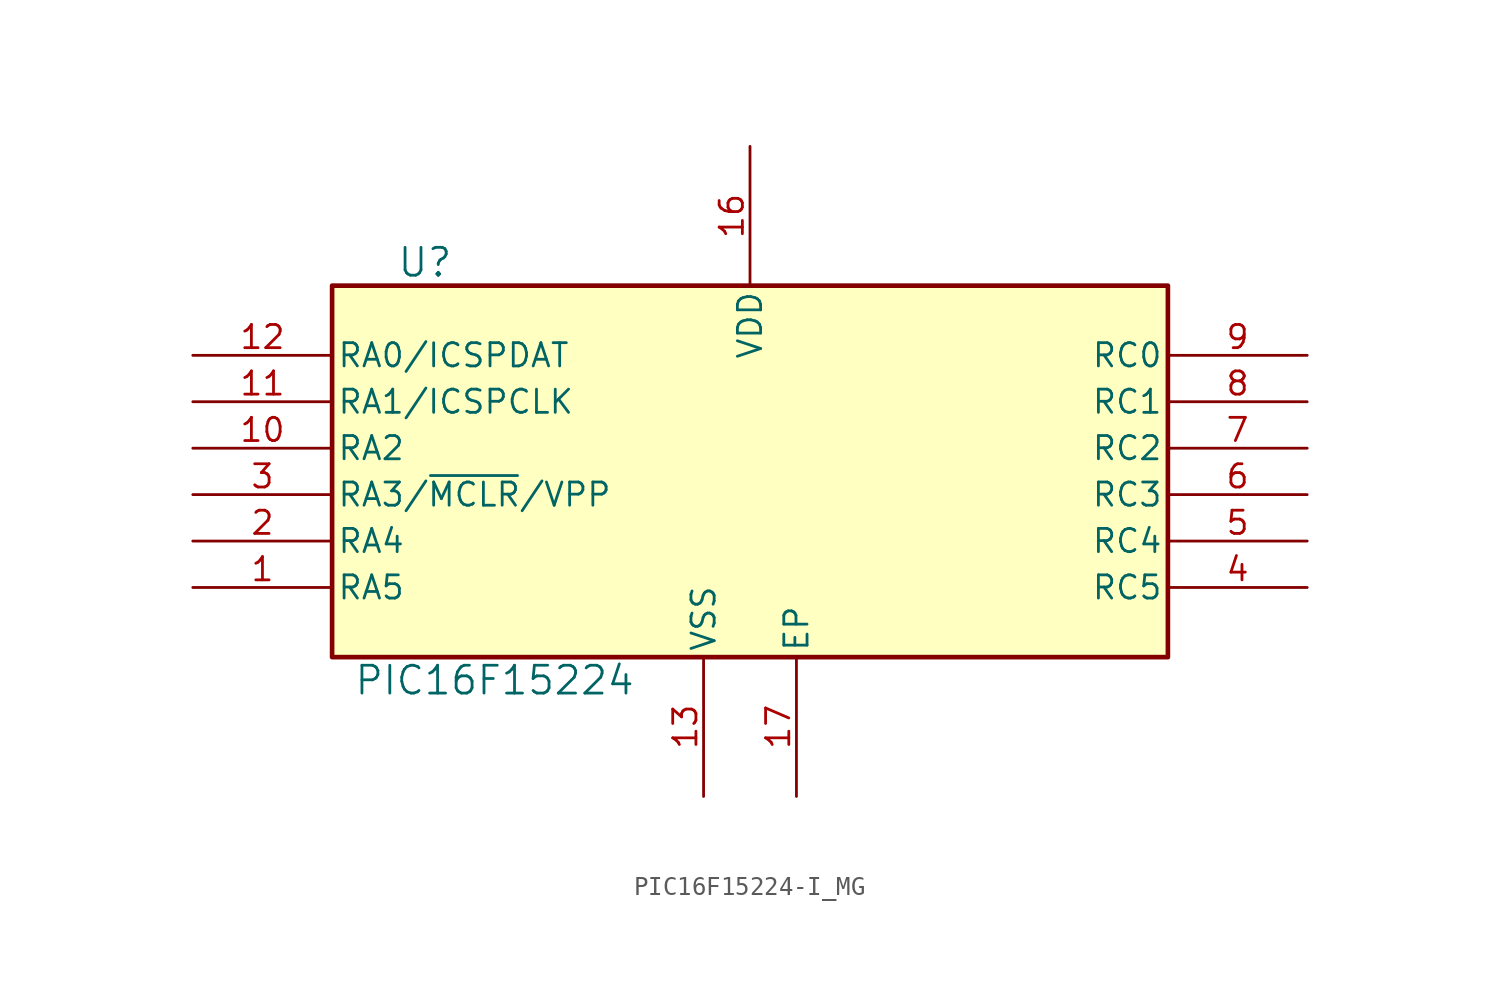
<source format=kicad_sym>
(kicad_symbol_lib
  (version 20220914)
  (generator kicad_symbol_editor)
  (symbol "PIC16F15224-I_MG"
    (pin_names
      (offset 0.254))
    (property "Reference" "U"
      (at 12.7 6.35 0)
      (effects (font (size 1.524 1.524))))
    (property "Value" "PIC16F15224"
      (at 16.51 -16.51 0)
      (effects (font (size 1.524 1.524))))
    (symbol "PIC16F15224-I_MG_0_1"
      (rectangle (start 7.62 5.08) (end 53.34 -15.24) (stroke (width 0.254) (type default)) (fill (type background)))
      (pin bidirectional line (at 0 -11.43 0) (length 7.62) (name "RA5" (effects (font (size 1.27 1.27)))) (number "1" (effects (font (size 1.27 1.27)))))
      (pin bidirectional line (at 0 -3.81 0) (length 7.62) (name "RA2" (effects (font (size 1.27 1.27)))) (number "10" (effects (font (size 1.27 1.27)))))
      (pin bidirectional line (at 0 -1.27 0) (length 7.62) (name "RA1/ICSPCLK" (effects (font (size 1.27 1.27)))) (number "11" (effects (font (size 1.27 1.27)))))
      (pin bidirectional line (at 0 1.27 0) (length 7.62) (name "RA0/ICSPDAT" (effects (font (size 1.27 1.27)))) (number "12" (effects (font (size 1.27 1.27)))))
      (pin power_out line (at 27.94 -22.86 90) (length 7.62) (name "VSS" (effects (font (size 1.27 1.27)))) (number "13" (effects (font (size 1.27 1.27)))))
      (pin power_in line (at 30.48 12.7 270) (length 7.62) (name "VDD" (effects (font (size 1.27 1.27)))) (number "16" (effects (font (size 1.27 1.27)))))
      (pin bidirectional line (at 0 -8.89 0) (length 7.62) (name "RA4" (effects (font (size 1.27 1.27)))) (number "2" (effects (font (size 1.27 1.27)))))
      (pin bidirectional line (at 60.96 -11.43 180) (length 7.62) (name "RC5" (effects (font (size 1.27 1.27)))) (number "4" (effects (font (size 1.27 1.27)))))
      (pin bidirectional line (at 60.96 -8.89 180) (length 7.62) (name "RC4" (effects (font (size 1.27 1.27)))) (number "5" (effects (font (size 1.27 1.27)))))
      (pin bidirectional line (at 60.96 -6.35 180) (length 7.62) (name "RC3" (effects (font (size 1.27 1.27)))) (number "6" (effects (font (size 1.27 1.27)))))
      (pin bidirectional line (at 60.96 -3.81 180) (length 7.62) (name "RC2" (effects (font (size 1.27 1.27)))) (number "7" (effects (font (size 1.27 1.27)))))
      (pin bidirectional line (at 60.96 -1.27 180) (length 7.62) (name "RC1" (effects (font (size 1.27 1.27)))) (number "8" (effects (font (size 1.27 1.27)))))
      (pin bidirectional line (at 60.96 1.27 180) (length 7.62) (name "RC0" (effects (font (size 1.27 1.27)))) (number "9" (effects (font (size 1.27 1.27))))))
    (symbol "PIC16F15224-I_MG_1_1"
      (pin no_connect line (at 49.53 -21.59 180) (length 7.62) hide (name "NC" (effects (font (size 1.27 1.27)))) (number "14" (effects (font (size 1.27 1.27)))))
      (pin no_connect line (at 49.53 -19.05 180) (length 7.62) hide (name "NC" (effects (font (size 1.27 1.27)))) (number "15" (effects (font (size 1.27 1.27)))))
      (pin power_out line (at 33.02 -22.86 90) (length 7.62) (name "EP" (effects (font (size 1.27 1.27)))) (number "17" (effects (font (size 1.27 1.27)))))
      (pin bidirectional line (at 0 -6.35 0) (length 7.62) (name "RA3/~{MCLR}/VPP" (effects (font (size 1.27 1.27)))) (number "3" (effects (font (size 1.27 1.27))))))))
</source>
